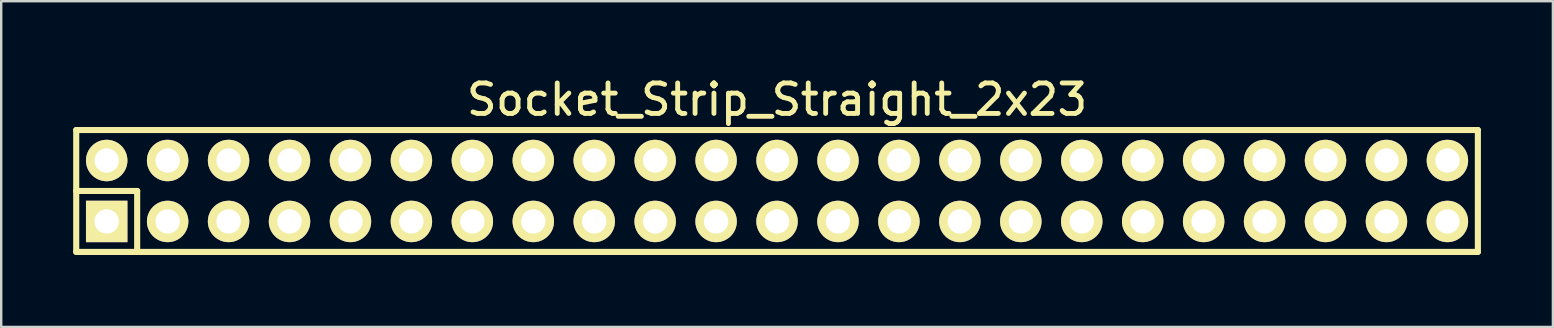
<source format=kicad_pcb>
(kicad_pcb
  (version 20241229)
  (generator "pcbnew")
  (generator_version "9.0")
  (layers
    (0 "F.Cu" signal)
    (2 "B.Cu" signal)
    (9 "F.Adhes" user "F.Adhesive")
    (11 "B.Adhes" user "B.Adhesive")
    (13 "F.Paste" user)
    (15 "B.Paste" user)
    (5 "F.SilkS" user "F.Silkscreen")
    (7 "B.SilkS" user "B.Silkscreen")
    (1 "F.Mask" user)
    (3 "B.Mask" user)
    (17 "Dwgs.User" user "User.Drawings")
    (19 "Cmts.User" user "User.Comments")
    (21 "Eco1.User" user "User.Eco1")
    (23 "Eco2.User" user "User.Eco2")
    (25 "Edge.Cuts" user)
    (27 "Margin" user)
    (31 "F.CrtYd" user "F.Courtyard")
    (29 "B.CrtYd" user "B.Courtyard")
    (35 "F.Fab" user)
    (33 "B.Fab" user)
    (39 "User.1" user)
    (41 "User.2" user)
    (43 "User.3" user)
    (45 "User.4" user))
  (footprint "Socket_Strip_Straight_2x23"
    (layer "F.Cu")
    (at 29.337 4.91)
    (property "Reference" "Socket_Strip_Straight_2x23" (at 0 -3.81 0) (layer "F.SilkS") (effects (font (size 1.27 1.27) (thickness 0.203))))
    (attr through_hole)
    (fp_line (start -29.21 -2.54) (end -29.21 0) (stroke (width 0.254) (type solid)) (layer "F.SilkS"))
    (fp_line (start -29.21 0) (end -26.67 0) (stroke (width 0.254) (type solid)) (layer "F.SilkS"))
    (fp_line (start -29.21 2.54) (end -29.21 0) (stroke (width 0.254) (type solid)) (layer "F.SilkS"))
    (fp_line (start -29.21 2.54) (end -26.67 2.54) (stroke (width 0.254) (type solid)) (layer "F.SilkS"))
    (fp_line (start -26.67 0) (end -26.67 2.54) (stroke (width 0.254) (type solid)) (layer "F.SilkS"))
    (fp_line (start 29.21 -2.54) (end -29.21 -2.54) (stroke (width 0.254) (type solid)) (layer "F.SilkS"))
    (fp_line (start 29.21 -2.54) (end 29.21 2.54) (stroke (width 0.254) (type solid)) (layer "F.SilkS"))
    (fp_line (start 29.21 2.54) (end -26.67 2.54) (stroke (width 0.254) (type solid)) (layer "F.SilkS"))
    (pad "1" thru_hole rect (at -27.94 1.27) (size 1.727 1.727) (drill 1.016) (layers "*.Cu" "*.Mask" "F.SilkS"))
    (pad "2" thru_hole oval (at -25.4 1.27) (size 1.727 1.727) (drill 1.016) (layers "*.Cu" "*.Mask" "F.SilkS"))
    (pad "3" thru_hole oval (at -22.86 1.27) (size 1.727 1.727) (drill 1.016) (layers "*.Cu" "*.Mask" "F.SilkS"))
    (pad "4" thru_hole oval (at -20.32 1.27) (size 1.727 1.727) (drill 1.016) (layers "*.Cu" "*.Mask" "F.SilkS"))
    (pad "5" thru_hole oval (at -17.78 1.27) (size 1.727 1.727) (drill 1.016) (layers "*.Cu" "*.Mask" "F.SilkS"))
    (pad "6" thru_hole oval (at -15.24 1.27) (size 1.727 1.727) (drill 1.016) (layers "*.Cu" "*.Mask" "F.SilkS"))
    (pad "7" thru_hole oval (at -12.7 1.27) (size 1.727 1.727) (drill 1.016) (layers "*.Cu" "*.Mask" "F.SilkS"))
    (pad "8" thru_hole oval (at -10.16 1.27) (size 1.727 1.727) (drill 1.016) (layers "*.Cu" "*.Mask" "F.SilkS"))
    (pad "9" thru_hole oval (at -7.62 1.27) (size 1.727 1.727) (drill 1.016) (layers "*.Cu" "*.Mask" "F.SilkS"))
    (pad "10" thru_hole oval (at -5.08 1.27) (size 1.727 1.727) (drill 1.016) (layers "*.Cu" "*.Mask" "F.SilkS"))
    (pad "11" thru_hole oval (at -2.54 1.27) (size 1.727 1.727) (drill 1.016) (layers "*.Cu" "*.Mask" "F.SilkS"))
    (pad "12" thru_hole oval (at 0 1.27) (size 1.727 1.727) (drill 1.016) (layers "*.Cu" "*.Mask" "F.SilkS"))
    (pad "13" thru_hole oval (at 2.54 1.27) (size 1.727 1.727) (drill 1.016) (layers "*.Cu" "*.Mask" "F.SilkS"))
    (pad "14" thru_hole oval (at 5.08 1.27) (size 1.727 1.727) (drill 1.016) (layers "*.Cu" "*.Mask" "F.SilkS"))
    (pad "15" thru_hole oval (at 7.62 1.27) (size 1.727 1.727) (drill 1.016) (layers "*.Cu" "*.Mask" "F.SilkS"))
    (pad "16" thru_hole oval (at 10.16 1.27) (size 1.727 1.727) (drill 1.016) (layers "*.Cu" "*.Mask" "F.SilkS"))
    (pad "17" thru_hole oval (at 12.7 1.27) (size 1.727 1.727) (drill 1.016) (layers "*.Cu" "*.Mask" "F.SilkS"))
    (pad "18" thru_hole oval (at 15.24 1.27) (size 1.727 1.727) (drill 1.016) (layers "*.Cu" "*.Mask" "F.SilkS"))
    (pad "19" thru_hole oval (at 17.78 1.27) (size 1.727 1.727) (drill 1.016) (layers "*.Cu" "*.Mask" "F.SilkS"))
    (pad "20" thru_hole oval (at 20.32 1.27) (size 1.727 1.727) (drill 1.016) (layers "*.Cu" "*.Mask" "F.SilkS"))
    (pad "21" thru_hole oval (at 22.86 1.27) (size 1.727 1.727) (drill 1.016) (layers "*.Cu" "*.Mask" "F.SilkS"))
    (pad "22" thru_hole oval (at 25.4 1.27) (size 1.727 1.727) (drill 1.016) (layers "*.Cu" "*.Mask" "F.SilkS"))
    (pad "23" thru_hole oval (at 27.94 1.27) (size 1.727 1.727) (drill 1.016) (layers "*.Cu" "*.Mask" "F.SilkS"))
    (pad "24" thru_hole oval (at 27.94 -1.27) (size 1.727 1.727) (drill 1.016) (layers "*.Cu" "*.Mask" "F.SilkS"))
    (pad "25" thru_hole oval (at 25.4 -1.27) (size 1.727 1.727) (drill 1.016) (layers "*.Cu" "*.Mask" "F.SilkS"))
    (pad "26" thru_hole oval (at 22.86 -1.27) (size 1.727 1.727) (drill 1.016) (layers "*.Cu" "*.Mask" "F.SilkS"))
    (pad "27" thru_hole oval (at 20.32 -1.27) (size 1.727 1.727) (drill 1.016) (layers "*.Cu" "*.Mask" "F.SilkS"))
    (pad "28" thru_hole oval (at 17.78 -1.27) (size 1.727 1.727) (drill 1.016) (layers "*.Cu" "*.Mask" "F.SilkS"))
    (pad "29" thru_hole oval (at 15.24 -1.27) (size 1.727 1.727) (drill 1.016) (layers "*.Cu" "*.Mask" "F.SilkS"))
    (pad "30" thru_hole oval (at 12.7 -1.27) (size 1.727 1.727) (drill 1.016) (layers "*.Cu" "*.Mask" "F.SilkS"))
    (pad "31" thru_hole oval (at 10.16 -1.27) (size 1.727 1.727) (drill 1.016) (layers "*.Cu" "*.Mask" "F.SilkS"))
    (pad "32" thru_hole oval (at 7.62 -1.27) (size 1.727 1.727) (drill 1.016) (layers "*.Cu" "*.Mask" "F.SilkS"))
    (pad "33" thru_hole oval (at 5.08 -1.27) (size 1.727 1.727) (drill 1.016) (layers "*.Cu" "*.Mask" "F.SilkS"))
    (pad "34" thru_hole oval (at 2.54 -1.27) (size 1.727 1.727) (drill 1.016) (layers "*.Cu" "*.Mask" "F.SilkS"))
    (pad "35" thru_hole oval (at 0 -1.27) (size 1.727 1.727) (drill 1.016) (layers "*.Cu" "*.Mask" "F.SilkS"))
    (pad "36" thru_hole oval (at -2.54 -1.27) (size 1.727 1.727) (drill 1.016) (layers "*.Cu" "*.Mask" "F.SilkS"))
    (pad "37" thru_hole oval (at -5.08 -1.27) (size 1.727 1.727) (drill 1.016) (layers "*.Cu" "*.Mask" "F.SilkS"))
    (pad "38" thru_hole oval (at -7.62 -1.27) (size 1.727 1.727) (drill 1.016) (layers "*.Cu" "*.Mask" "F.SilkS"))
    (pad "39" thru_hole oval (at -10.16 -1.27) (size 1.727 1.727) (drill 1.016) (layers "*.Cu" "*.Mask" "F.SilkS"))
    (pad "40" thru_hole oval (at -12.7 -1.27) (size 1.727 1.727) (drill 1.016) (layers "*.Cu" "*.Mask" "F.SilkS"))
    (pad "41" thru_hole oval (at -15.24 -1.27) (size 1.727 1.727) (drill 1.016) (layers "*.Cu" "*.Mask" "F.SilkS"))
    (pad "42" thru_hole oval (at -17.78 -1.27) (size 1.727 1.727) (drill 1.016) (layers "*.Cu" "*.Mask" "F.SilkS"))
    (pad "43" thru_hole oval (at -20.32 -1.27) (size 1.727 1.727) (drill 1.016) (layers "*.Cu" "*.Mask" "F.SilkS"))
    (pad "44" thru_hole oval (at -22.86 -1.27) (size 1.727 1.727) (drill 1.016) (layers "*.Cu" "*.Mask" "F.SilkS"))
    (pad "45" thru_hole oval (at -25.4 -1.27) (size 1.727 1.727) (drill 1.016) (layers "*.Cu" "*.Mask" "F.SilkS"))
    (pad "46" thru_hole oval (at -27.94 -1.27) (size 1.727 1.727) (drill 1.016) (layers "*.Cu" "*.Mask" "F.SilkS")))
  (gr_rect
    (start -3 -3)
    (end 61.674 10.577)
    (stroke (width 0.1) (type default))
    (fill no)
    (layer "Edge.Cuts")))
</source>
